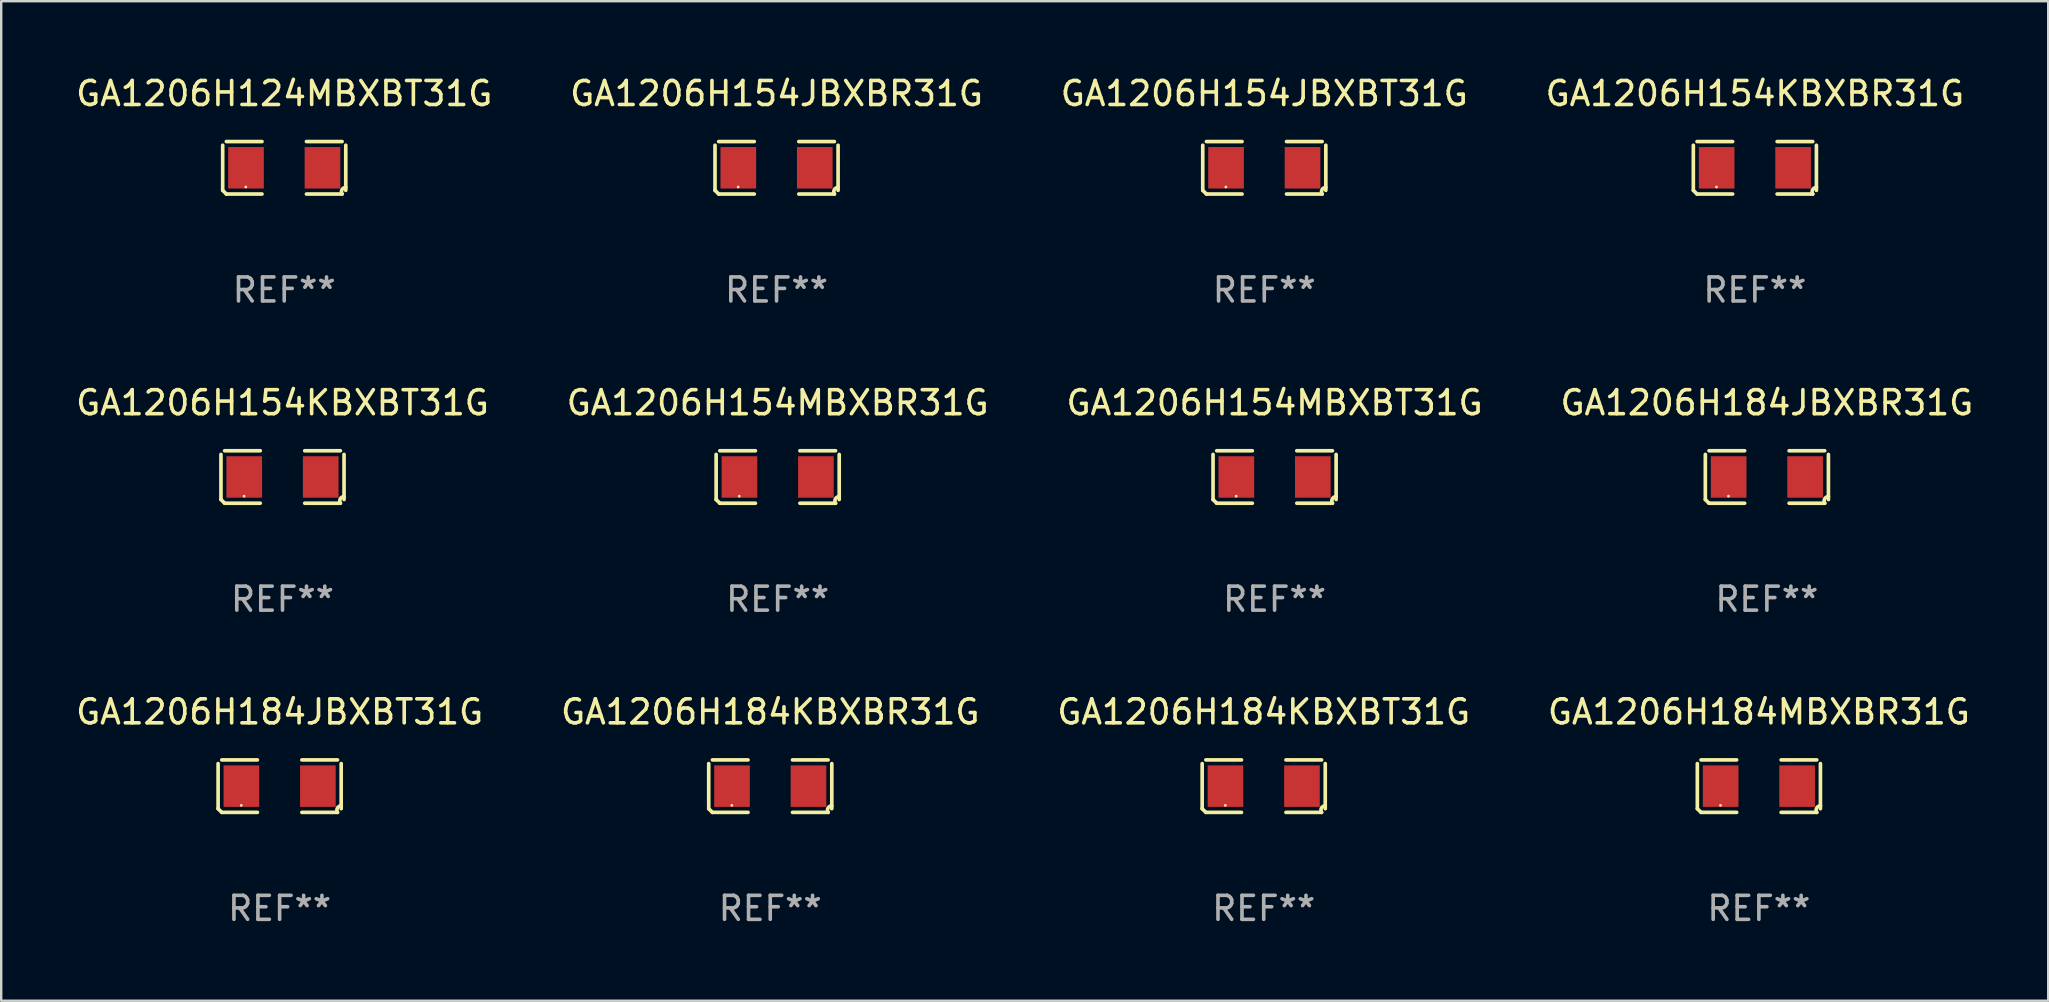
<source format=kicad_pcb>
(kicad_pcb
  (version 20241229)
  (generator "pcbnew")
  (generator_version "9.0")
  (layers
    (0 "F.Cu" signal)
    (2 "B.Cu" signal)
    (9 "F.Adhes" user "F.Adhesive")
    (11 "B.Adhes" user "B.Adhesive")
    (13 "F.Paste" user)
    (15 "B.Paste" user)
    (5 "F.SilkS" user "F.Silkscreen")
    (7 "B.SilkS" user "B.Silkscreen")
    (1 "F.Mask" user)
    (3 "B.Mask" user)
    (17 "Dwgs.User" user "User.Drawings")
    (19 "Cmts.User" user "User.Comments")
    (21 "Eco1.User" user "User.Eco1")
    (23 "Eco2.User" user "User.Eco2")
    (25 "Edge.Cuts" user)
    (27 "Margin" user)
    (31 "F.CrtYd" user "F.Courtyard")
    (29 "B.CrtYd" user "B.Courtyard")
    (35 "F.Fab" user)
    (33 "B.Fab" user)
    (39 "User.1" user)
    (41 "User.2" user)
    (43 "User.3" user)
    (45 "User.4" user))
  (footprint "GA1206H154MBXBR31G"
    (layer "F.Cu")
    (at 29.351 16.823)
    (property "Reference" "GA1206H154MBXBR31G" (at 0 -3.093 0) (layer "F.SilkS") (effects (font (size 1 1) (thickness 0.15))))
    (attr through_hole)
    (fp_line (start -2.564 0.94) (end -2.564 -0.94) (stroke (width 0.152) (type solid)) (layer "F.SilkS"))
    (fp_line (start -2.411 -1.093) (end -0.926 -1.093) (stroke (width 0.152) (type solid)) (layer "F.SilkS"))
    (fp_line (start -0.926 1.093) (end -2.411 1.093) (stroke (width 0.152) (type solid)) (layer "F.SilkS"))
    (fp_line (start 0.926 1.093) (end 2.411 1.093) (stroke (width 0.152) (type solid)) (layer "F.SilkS"))
    (fp_line (start 2.411 -1.093) (end 0.926 -1.093) (stroke (width 0.152) (type solid)) (layer "F.SilkS"))
    (fp_line (start 2.564 0.94) (end 2.564 -0.94) (stroke (width 0.152) (type solid)) (layer "F.SilkS"))
    (fp_arc (start -2.411201 1.092609) (mid -2.487413 1.01642) (end -2.563602 0.940208) (stroke (width 0.1524) (type solid)) (layer "F.SilkS"))
    (fp_arc (start 2.411201 1.092609) (mid 2.407159 0.911226) (end 2.563602 0.819347) (stroke (width 0.1524) (type solid)) (layer "F.SilkS"))
    (fp_circle (center -1.6 0.8) (end -1.57 0.8) (stroke (width 0.06) (type solid)) (fill no) (layer "F.SilkS"))
    (fp_text user "REF**" (at 0 5.093 0) (layer "F.Fab") (effects (font (size 1 1) (thickness 0.15))))
    (pad "1" smd rect (at -1.593 0) (size 1.485 1.728) (layers "F.Cu" "F.Mask" "F.Paste"))
    (pad "2" smd rect (at 1.593 0) (size 1.485 1.728) (layers "F.Cu" "F.Mask" "F.Paste")))
  (footprint "GA1206H184KBXBR31G"
    (layer "F.Cu")
    (at 29.042 29.704)
    (property "Reference" "GA1206H184KBXBR31G" (at 0 -3.093 0) (layer "F.SilkS") (effects (font (size 1 1) (thickness 0.15))))
    (attr through_hole)
    (fp_line (start -2.564 0.94) (end -2.564 -0.94) (stroke (width 0.152) (type solid)) (layer "F.SilkS"))
    (fp_line (start -2.411 -1.093) (end -0.926 -1.093) (stroke (width 0.152) (type solid)) (layer "F.SilkS"))
    (fp_line (start -0.926 1.093) (end -2.411 1.093) (stroke (width 0.152) (type solid)) (layer "F.SilkS"))
    (fp_line (start 0.926 1.093) (end 2.411 1.093) (stroke (width 0.152) (type solid)) (layer "F.SilkS"))
    (fp_line (start 2.411 -1.093) (end 0.926 -1.093) (stroke (width 0.152) (type solid)) (layer "F.SilkS"))
    (fp_line (start 2.564 0.94) (end 2.564 -0.94) (stroke (width 0.152) (type solid)) (layer "F.SilkS"))
    (fp_arc (start -2.411201 1.092609) (mid -2.487413 1.01642) (end -2.563602 0.940208) (stroke (width 0.1524) (type solid)) (layer "F.SilkS"))
    (fp_arc (start 2.411201 1.092609) (mid 2.407159 0.911226) (end 2.563602 0.819347) (stroke (width 0.1524) (type solid)) (layer "F.SilkS"))
    (fp_circle (center -1.6 0.8) (end -1.57 0.8) (stroke (width 0.06) (type solid)) (fill no) (layer "F.SilkS"))
    (fp_text user "REF**" (at 0 5.093 0) (layer "F.Fab") (effects (font (size 1 1) (thickness 0.15))))
    (pad "1" smd rect (at -1.593 0) (size 1.485 1.728) (layers "F.Cu" "F.Mask" "F.Paste"))
    (pad "2" smd rect (at 1.593 0) (size 1.485 1.728) (layers "F.Cu" "F.Mask" "F.Paste")))
  (footprint "GA1206H184JBXBR31G"
    (layer "F.Cu")
    (at 70.565 16.823)
    (property "Reference" "GA1206H184JBXBR31G" (at 0 -3.093 0) (layer "F.SilkS") (effects (font (size 1 1) (thickness 0.15))))
    (attr through_hole)
    (fp_line (start -2.564 0.94) (end -2.564 -0.94) (stroke (width 0.152) (type solid)) (layer "F.SilkS"))
    (fp_line (start -2.411 -1.093) (end -0.926 -1.093) (stroke (width 0.152) (type solid)) (layer "F.SilkS"))
    (fp_line (start -0.926 1.093) (end -2.411 1.093) (stroke (width 0.152) (type solid)) (layer "F.SilkS"))
    (fp_line (start 0.926 1.093) (end 2.411 1.093) (stroke (width 0.152) (type solid)) (layer "F.SilkS"))
    (fp_line (start 2.411 -1.093) (end 0.926 -1.093) (stroke (width 0.152) (type solid)) (layer "F.SilkS"))
    (fp_line (start 2.564 0.94) (end 2.564 -0.94) (stroke (width 0.152) (type solid)) (layer "F.SilkS"))
    (fp_arc (start -2.411201 1.092609) (mid -2.487413 1.01642) (end -2.563602 0.940208) (stroke (width 0.1524) (type solid)) (layer "F.SilkS"))
    (fp_arc (start 2.411201 1.092609) (mid 2.407159 0.911226) (end 2.563602 0.819347) (stroke (width 0.1524) (type solid)) (layer "F.SilkS"))
    (fp_circle (center -1.6 0.8) (end -1.57 0.8) (stroke (width 0.06) (type solid)) (fill no) (layer "F.SilkS"))
    (fp_text user "REF**" (at 0 5.093 0) (layer "F.Fab") (effects (font (size 1 1) (thickness 0.15))))
    (pad "1" smd rect (at -1.593 0) (size 1.485 1.728) (layers "F.Cu" "F.Mask" "F.Paste"))
    (pad "2" smd rect (at 1.593 0) (size 1.485 1.728) (layers "F.Cu" "F.Mask" "F.Paste")))
  (footprint "GA1206H184JBXBT31G"
    (layer "F.Cu")
    (at 8.601 29.704)
    (property "Reference" "GA1206H184JBXBT31G" (at 0 -3.093 0) (layer "F.SilkS") (effects (font (size 1 1) (thickness 0.15))))
    (attr through_hole)
    (fp_line (start -2.564 0.94) (end -2.564 -0.94) (stroke (width 0.152) (type solid)) (layer "F.SilkS"))
    (fp_line (start -2.411 -1.093) (end -0.926 -1.093) (stroke (width 0.152) (type solid)) (layer "F.SilkS"))
    (fp_line (start -0.926 1.093) (end -2.411 1.093) (stroke (width 0.152) (type solid)) (layer "F.SilkS"))
    (fp_line (start 0.926 1.093) (end 2.411 1.093) (stroke (width 0.152) (type solid)) (layer "F.SilkS"))
    (fp_line (start 2.411 -1.093) (end 0.926 -1.093) (stroke (width 0.152) (type solid)) (layer "F.SilkS"))
    (fp_line (start 2.564 0.94) (end 2.564 -0.94) (stroke (width 0.152) (type solid)) (layer "F.SilkS"))
    (fp_arc (start -2.411201 1.092609) (mid -2.487413 1.01642) (end -2.563602 0.940208) (stroke (width 0.1524) (type solid)) (layer "F.SilkS"))
    (fp_arc (start 2.411201 1.092609) (mid 2.407159 0.911226) (end 2.563602 0.819347) (stroke (width 0.1524) (type solid)) (layer "F.SilkS"))
    (fp_circle (center -1.6 0.8) (end -1.57 0.8) (stroke (width 0.06) (type solid)) (fill no) (layer "F.SilkS"))
    (fp_text user "REF**" (at 0 5.093 0) (layer "F.Fab") (effects (font (size 1 1) (thickness 0.15))))
    (pad "1" smd rect (at -1.593 0) (size 1.485 1.728) (layers "F.Cu" "F.Mask" "F.Paste"))
    (pad "2" smd rect (at 1.593 0) (size 1.485 1.728) (layers "F.Cu" "F.Mask" "F.Paste")))
  (footprint "GA1206H154JBXBT31G"
    (layer "F.Cu")
    (at 49.625 3.941)
    (property "Reference" "GA1206H154JBXBT31G" (at 0 -3.093 0) (layer "F.SilkS") (effects (font (size 1 1) (thickness 0.15))))
    (attr through_hole)
    (fp_line (start -2.564 0.94) (end -2.564 -0.94) (stroke (width 0.152) (type solid)) (layer "F.SilkS"))
    (fp_line (start -2.411 -1.093) (end -0.926 -1.093) (stroke (width 0.152) (type solid)) (layer "F.SilkS"))
    (fp_line (start -0.926 1.093) (end -2.411 1.093) (stroke (width 0.152) (type solid)) (layer "F.SilkS"))
    (fp_line (start 0.926 1.093) (end 2.411 1.093) (stroke (width 0.152) (type solid)) (layer "F.SilkS"))
    (fp_line (start 2.411 -1.093) (end 0.926 -1.093) (stroke (width 0.152) (type solid)) (layer "F.SilkS"))
    (fp_line (start 2.564 0.94) (end 2.564 -0.94) (stroke (width 0.152) (type solid)) (layer "F.SilkS"))
    (fp_arc (start -2.411201 1.092609) (mid -2.487413 1.01642) (end -2.563602 0.940208) (stroke (width 0.1524) (type solid)) (layer "F.SilkS"))
    (fp_arc (start 2.411201 1.092609) (mid 2.407159 0.911226) (end 2.563602 0.819347) (stroke (width 0.1524) (type solid)) (layer "F.SilkS"))
    (fp_circle (center -1.6 0.8) (end -1.57 0.8) (stroke (width 0.06) (type solid)) (fill no) (layer "F.SilkS"))
    (fp_text user "REF**" (at 0 5.093 0) (layer "F.Fab") (effects (font (size 1 1) (thickness 0.15))))
    (pad "1" smd rect (at -1.593 0) (size 1.485 1.728) (layers "F.Cu" "F.Mask" "F.Paste"))
    (pad "2" smd rect (at 1.593 0) (size 1.485 1.728) (layers "F.Cu" "F.Mask" "F.Paste")))
  (footprint "GA1206H184MBXBR31G"
    (layer "F.Cu")
    (at 70.232 29.704)
    (property "Reference" "GA1206H184MBXBR31G" (at 0 -3.093 0) (layer "F.SilkS") (effects (font (size 1 1) (thickness 0.15))))
    (attr through_hole)
    (fp_line (start -2.564 0.94) (end -2.564 -0.94) (stroke (width 0.152) (type solid)) (layer "F.SilkS"))
    (fp_line (start -2.411 -1.093) (end -0.926 -1.093) (stroke (width 0.152) (type solid)) (layer "F.SilkS"))
    (fp_line (start -0.926 1.093) (end -2.411 1.093) (stroke (width 0.152) (type solid)) (layer "F.SilkS"))
    (fp_line (start 0.926 1.093) (end 2.411 1.093) (stroke (width 0.152) (type solid)) (layer "F.SilkS"))
    (fp_line (start 2.411 -1.093) (end 0.926 -1.093) (stroke (width 0.152) (type solid)) (layer "F.SilkS"))
    (fp_line (start 2.564 0.94) (end 2.564 -0.94) (stroke (width 0.152) (type solid)) (layer "F.SilkS"))
    (fp_arc (start -2.411201 1.092609) (mid -2.487413 1.01642) (end -2.563602 0.940208) (stroke (width 0.1524) (type solid)) (layer "F.SilkS"))
    (fp_arc (start 2.411201 1.092609) (mid 2.407159 0.911226) (end 2.563602 0.819347) (stroke (width 0.1524) (type solid)) (layer "F.SilkS"))
    (fp_circle (center -1.6 0.8) (end -1.57 0.8) (stroke (width 0.06) (type solid)) (fill no) (layer "F.SilkS"))
    (fp_text user "REF**" (at 0 5.093 0) (layer "F.Fab") (effects (font (size 1 1) (thickness 0.15))))
    (pad "1" smd rect (at -1.593 0) (size 1.485 1.728) (layers "F.Cu" "F.Mask" "F.Paste"))
    (pad "2" smd rect (at 1.593 0) (size 1.485 1.728) (layers "F.Cu" "F.Mask" "F.Paste")))
  (footprint "GA1206H154MBXBT31G"
    (layer "F.Cu")
    (at 50.054 16.823)
    (property "Reference" "GA1206H154MBXBT31G" (at 0 -3.093 0) (layer "F.SilkS") (effects (font (size 1 1) (thickness 0.15))))
    (attr through_hole)
    (fp_line (start -2.564 0.94) (end -2.564 -0.94) (stroke (width 0.152) (type solid)) (layer "F.SilkS"))
    (fp_line (start -2.411 -1.093) (end -0.926 -1.093) (stroke (width 0.152) (type solid)) (layer "F.SilkS"))
    (fp_line (start -0.926 1.093) (end -2.411 1.093) (stroke (width 0.152) (type solid)) (layer "F.SilkS"))
    (fp_line (start 0.926 1.093) (end 2.411 1.093) (stroke (width 0.152) (type solid)) (layer "F.SilkS"))
    (fp_line (start 2.411 -1.093) (end 0.926 -1.093) (stroke (width 0.152) (type solid)) (layer "F.SilkS"))
    (fp_line (start 2.564 0.94) (end 2.564 -0.94) (stroke (width 0.152) (type solid)) (layer "F.SilkS"))
    (fp_arc (start -2.411201 1.092609) (mid -2.487413 1.01642) (end -2.563602 0.940208) (stroke (width 0.1524) (type solid)) (layer "F.SilkS"))
    (fp_arc (start 2.411201 1.092609) (mid 2.407159 0.911226) (end 2.563602 0.819347) (stroke (width 0.1524) (type solid)) (layer "F.SilkS"))
    (fp_circle (center -1.6 0.8) (end -1.57 0.8) (stroke (width 0.06) (type solid)) (fill no) (layer "F.SilkS"))
    (fp_text user "REF**" (at 0 5.093 0) (layer "F.Fab") (effects (font (size 1 1) (thickness 0.15))))
    (pad "1" smd rect (at -1.593 0) (size 1.485 1.728) (layers "F.Cu" "F.Mask" "F.Paste"))
    (pad "2" smd rect (at 1.593 0) (size 1.485 1.728) (layers "F.Cu" "F.Mask" "F.Paste")))
  (footprint "GA1206H184KBXBT31G"
    (layer "F.Cu")
    (at 49.601 29.704)
    (property "Reference" "GA1206H184KBXBT31G" (at 0 -3.093 0) (layer "F.SilkS") (effects (font (size 1 1) (thickness 0.15))))
    (attr through_hole)
    (fp_line (start -2.564 0.94) (end -2.564 -0.94) (stroke (width 0.152) (type solid)) (layer "F.SilkS"))
    (fp_line (start -2.411 -1.093) (end -0.926 -1.093) (stroke (width 0.152) (type solid)) (layer "F.SilkS"))
    (fp_line (start -0.926 1.093) (end -2.411 1.093) (stroke (width 0.152) (type solid)) (layer "F.SilkS"))
    (fp_line (start 0.926 1.093) (end 2.411 1.093) (stroke (width 0.152) (type solid)) (layer "F.SilkS"))
    (fp_line (start 2.411 -1.093) (end 0.926 -1.093) (stroke (width 0.152) (type solid)) (layer "F.SilkS"))
    (fp_line (start 2.564 0.94) (end 2.564 -0.94) (stroke (width 0.152) (type solid)) (layer "F.SilkS"))
    (fp_arc (start -2.411201 1.092609) (mid -2.487413 1.01642) (end -2.563602 0.940208) (stroke (width 0.1524) (type solid)) (layer "F.SilkS"))
    (fp_arc (start 2.411201 1.092609) (mid 2.407159 0.911226) (end 2.563602 0.819347) (stroke (width 0.1524) (type solid)) (layer "F.SilkS"))
    (fp_circle (center -1.6 0.8) (end -1.57 0.8) (stroke (width 0.06) (type solid)) (fill no) (layer "F.SilkS"))
    (fp_text user "REF**" (at 0 5.093 0) (layer "F.Fab") (effects (font (size 1 1) (thickness 0.15))))
    (pad "1" smd rect (at -1.593 0) (size 1.485 1.728) (layers "F.Cu" "F.Mask" "F.Paste"))
    (pad "2" smd rect (at 1.593 0) (size 1.485 1.728) (layers "F.Cu" "F.Mask" "F.Paste")))
  (footprint "GA1206H154JBXBR31G"
    (layer "F.Cu")
    (at 29.304 3.941)
    (property "Reference" "GA1206H154JBXBR31G" (at 0 -3.093 0) (layer "F.SilkS") (effects (font (size 1 1) (thickness 0.15))))
    (attr through_hole)
    (fp_line (start -2.564 0.94) (end -2.564 -0.94) (stroke (width 0.152) (type solid)) (layer "F.SilkS"))
    (fp_line (start -2.411 -1.093) (end -0.926 -1.093) (stroke (width 0.152) (type solid)) (layer "F.SilkS"))
    (fp_line (start -0.926 1.093) (end -2.411 1.093) (stroke (width 0.152) (type solid)) (layer "F.SilkS"))
    (fp_line (start 0.926 1.093) (end 2.411 1.093) (stroke (width 0.152) (type solid)) (layer "F.SilkS"))
    (fp_line (start 2.411 -1.093) (end 0.926 -1.093) (stroke (width 0.152) (type solid)) (layer "F.SilkS"))
    (fp_line (start 2.564 0.94) (end 2.564 -0.94) (stroke (width 0.152) (type solid)) (layer "F.SilkS"))
    (fp_arc (start -2.411201 1.092609) (mid -2.487413 1.01642) (end -2.563602 0.940208) (stroke (width 0.1524) (type solid)) (layer "F.SilkS"))
    (fp_arc (start 2.411201 1.092609) (mid 2.407159 0.911226) (end 2.563602 0.819347) (stroke (width 0.1524) (type solid)) (layer "F.SilkS"))
    (fp_circle (center -1.6 0.8) (end -1.57 0.8) (stroke (width 0.06) (type solid)) (fill no) (layer "F.SilkS"))
    (fp_text user "REF**" (at 0 5.093 0) (layer "F.Fab") (effects (font (size 1 1) (thickness 0.15))))
    (pad "1" smd rect (at -1.593 0) (size 1.485 1.728) (layers "F.Cu" "F.Mask" "F.Paste"))
    (pad "2" smd rect (at 1.593 0) (size 1.485 1.728) (layers "F.Cu" "F.Mask" "F.Paste")))
  (footprint "GA1206H154KBXBT31G"
    (layer "F.Cu")
    (at 8.72 16.823)
    (property "Reference" "GA1206H154KBXBT31G" (at 0 -3.093 0) (layer "F.SilkS") (effects (font (size 1 1) (thickness 0.15))))
    (attr through_hole)
    (fp_line (start -2.564 0.94) (end -2.564 -0.94) (stroke (width 0.152) (type solid)) (layer "F.SilkS"))
    (fp_line (start -2.411 -1.093) (end -0.926 -1.093) (stroke (width 0.152) (type solid)) (layer "F.SilkS"))
    (fp_line (start -0.926 1.093) (end -2.411 1.093) (stroke (width 0.152) (type solid)) (layer "F.SilkS"))
    (fp_line (start 0.926 1.093) (end 2.411 1.093) (stroke (width 0.152) (type solid)) (layer "F.SilkS"))
    (fp_line (start 2.411 -1.093) (end 0.926 -1.093) (stroke (width 0.152) (type solid)) (layer "F.SilkS"))
    (fp_line (start 2.564 0.94) (end 2.564 -0.94) (stroke (width 0.152) (type solid)) (layer "F.SilkS"))
    (fp_arc (start -2.411201 1.092609) (mid -2.487413 1.01642) (end -2.563602 0.940208) (stroke (width 0.1524) (type solid)) (layer "F.SilkS"))
    (fp_arc (start 2.411201 1.092609) (mid 2.407159 0.911226) (end 2.563602 0.819347) (stroke (width 0.1524) (type solid)) (layer "F.SilkS"))
    (fp_circle (center -1.6 0.8) (end -1.57 0.8) (stroke (width 0.06) (type solid)) (fill no) (layer "F.SilkS"))
    (fp_text user "REF**" (at 0 5.093 0) (layer "F.Fab") (effects (font (size 1 1) (thickness 0.15))))
    (pad "1" smd rect (at -1.593 0) (size 1.485 1.728) (layers "F.Cu" "F.Mask" "F.Paste"))
    (pad "2" smd rect (at 1.593 0) (size 1.485 1.728) (layers "F.Cu" "F.Mask" "F.Paste")))
  (footprint "GA1206H124MBXBT31G"
    (layer "F.Cu")
    (at 8.792 3.941)
    (property "Reference" "GA1206H124MBXBT31G" (at 0 -3.093 0) (layer "F.SilkS") (effects (font (size 1 1) (thickness 0.15))))
    (attr through_hole)
    (fp_line (start -2.564 0.94) (end -2.564 -0.94) (stroke (width 0.152) (type solid)) (layer "F.SilkS"))
    (fp_line (start -2.411 -1.093) (end -0.926 -1.093) (stroke (width 0.152) (type solid)) (layer "F.SilkS"))
    (fp_line (start -0.926 1.093) (end -2.411 1.093) (stroke (width 0.152) (type solid)) (layer "F.SilkS"))
    (fp_line (start 0.926 1.093) (end 2.411 1.093) (stroke (width 0.152) (type solid)) (layer "F.SilkS"))
    (fp_line (start 2.411 -1.093) (end 0.926 -1.093) (stroke (width 0.152) (type solid)) (layer "F.SilkS"))
    (fp_line (start 2.564 0.94) (end 2.564 -0.94) (stroke (width 0.152) (type solid)) (layer "F.SilkS"))
    (fp_arc (start -2.411201 1.092609) (mid -2.487413 1.01642) (end -2.563602 0.940208) (stroke (width 0.1524) (type solid)) (layer "F.SilkS"))
    (fp_arc (start 2.411201 1.092609) (mid 2.407159 0.911226) (end 2.563602 0.819347) (stroke (width 0.1524) (type solid)) (layer "F.SilkS"))
    (fp_circle (center -1.6 0.8) (end -1.57 0.8) (stroke (width 0.06) (type solid)) (fill no) (layer "F.SilkS"))
    (fp_text user "REF**" (at 0 5.093 0) (layer "F.Fab") (effects (font (size 1 1) (thickness 0.15))))
    (pad "1" smd rect (at -1.593 0) (size 1.485 1.728) (layers "F.Cu" "F.Mask" "F.Paste"))
    (pad "2" smd rect (at 1.593 0) (size 1.485 1.728) (layers "F.Cu" "F.Mask" "F.Paste")))
  (footprint "GA1206H154KBXBR31G"
    (layer "F.Cu")
    (at 70.065 3.941)
    (property "Reference" "GA1206H154KBXBR31G" (at 0 -3.093 0) (layer "F.SilkS") (effects (font (size 1 1) (thickness 0.15))))
    (attr through_hole)
    (fp_line (start -2.564 0.94) (end -2.564 -0.94) (stroke (width 0.152) (type solid)) (layer "F.SilkS"))
    (fp_line (start -2.411 -1.093) (end -0.926 -1.093) (stroke (width 0.152) (type solid)) (layer "F.SilkS"))
    (fp_line (start -0.926 1.093) (end -2.411 1.093) (stroke (width 0.152) (type solid)) (layer "F.SilkS"))
    (fp_line (start 0.926 1.093) (end 2.411 1.093) (stroke (width 0.152) (type solid)) (layer "F.SilkS"))
    (fp_line (start 2.411 -1.093) (end 0.926 -1.093) (stroke (width 0.152) (type solid)) (layer "F.SilkS"))
    (fp_line (start 2.564 0.94) (end 2.564 -0.94) (stroke (width 0.152) (type solid)) (layer "F.SilkS"))
    (fp_arc (start -2.411201 1.092609) (mid -2.487413 1.01642) (end -2.563602 0.940208) (stroke (width 0.1524) (type solid)) (layer "F.SilkS"))
    (fp_arc (start 2.411201 1.092609) (mid 2.407159 0.911226) (end 2.563602 0.819347) (stroke (width 0.1524) (type solid)) (layer "F.SilkS"))
    (fp_circle (center -1.6 0.8) (end -1.57 0.8) (stroke (width 0.06) (type solid)) (fill no) (layer "F.SilkS"))
    (fp_text user "REF**" (at 0 5.093 0) (layer "F.Fab") (effects (font (size 1 1) (thickness 0.15))))
    (pad "1" smd rect (at -1.593 0) (size 1.485 1.728) (layers "F.Cu" "F.Mask" "F.Paste"))
    (pad "2" smd rect (at 1.593 0) (size 1.485 1.728) (layers "F.Cu" "F.Mask" "F.Paste")))
  (gr_rect
    (start -3 -3)
    (end 82.286 38.645)
    (stroke (width 0.1) (type default))
    (fill no)
    (layer "Edge.Cuts")))
</source>
